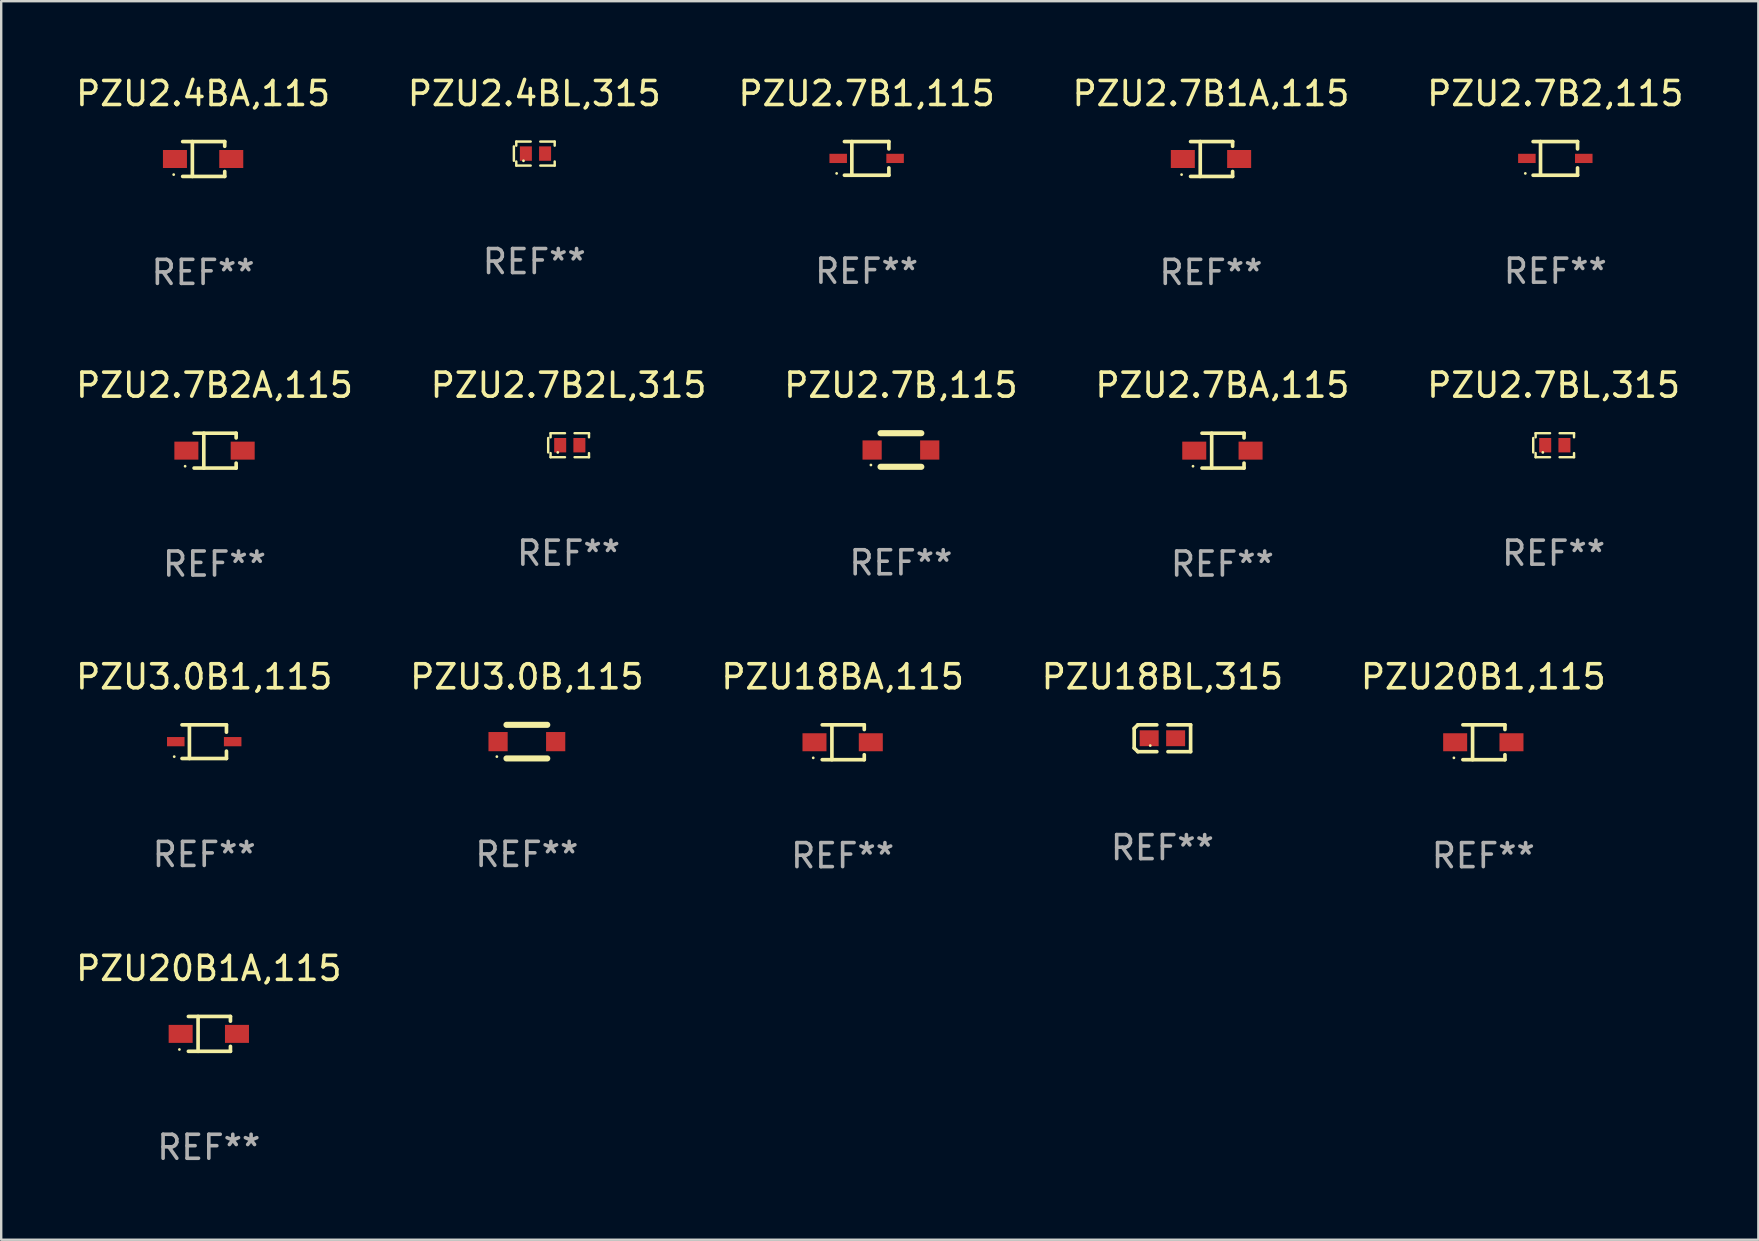
<source format=kicad_pcb>
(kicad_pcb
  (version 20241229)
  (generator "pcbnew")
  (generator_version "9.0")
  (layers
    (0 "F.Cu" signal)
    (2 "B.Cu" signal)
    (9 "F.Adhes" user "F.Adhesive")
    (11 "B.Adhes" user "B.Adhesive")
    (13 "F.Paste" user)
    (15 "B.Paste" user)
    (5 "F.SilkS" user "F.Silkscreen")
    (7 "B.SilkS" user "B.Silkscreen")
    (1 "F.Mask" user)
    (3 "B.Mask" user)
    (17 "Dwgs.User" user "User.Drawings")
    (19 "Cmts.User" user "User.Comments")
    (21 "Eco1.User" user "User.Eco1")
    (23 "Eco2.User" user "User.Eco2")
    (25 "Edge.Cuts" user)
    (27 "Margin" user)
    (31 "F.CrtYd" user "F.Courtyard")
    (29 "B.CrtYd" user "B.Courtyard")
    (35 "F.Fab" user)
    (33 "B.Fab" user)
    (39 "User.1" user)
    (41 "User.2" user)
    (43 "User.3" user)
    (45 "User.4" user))
  (footprint "PZU2.7B1,115"
    (layer "F.Cu")
    (at 33.054 3.549)
    (property "Reference" "PZU2.7B1,115" (at 0 -2.701 0) (layer "F.SilkS") (effects (font (size 1 1) (thickness 0.15))))
    (attr through_hole)
    (fp_line (start -0.926 -0.701) (end 0.926 -0.701) (stroke (width 0.152) (type solid)) (layer "F.SilkS"))
    (fp_line (start -0.926 0.701) (end 0.926 0.701) (stroke (width 0.152) (type solid)) (layer "F.SilkS"))
    (fp_line (start -0.617 -0.701) (end -0.617 0.701) (stroke (width 0.152) (type solid)) (layer "F.SilkS"))
    (fp_line (start 0.926 -0.701) (end 0.926 -0.396) (stroke (width 0.152) (type solid)) (layer "F.SilkS"))
    (fp_line (start 0.926 0.701) (end 0.926 0.396) (stroke (width 0.152) (type solid)) (layer "F.SilkS"))
    (fp_circle (center -1.25 0.625) (end -1.22 0.625) (stroke (width 0.06) (type solid)) (fill no) (layer "F.SilkS"))
    (fp_text user "REF**" (at 0 4.701 0) (layer "F.Fab") (effects (font (size 1 1) (thickness 0.15))))
    (pad "1" smd rect (at -1.185 0 180) (size 0.73 0.385) (layers "F.Cu" "F.Mask" "F.Paste"))
    (pad "2" smd rect (at 1.185 0 180) (size 0.73 0.385) (layers "F.Cu" "F.Mask" "F.Paste")))
  (footprint "PZU2.7B2A,115"
    (layer "F.Cu")
    (at 5.887 15.723)
    (property "Reference" "PZU2.7B2A,115" (at 0 -2.726 0) (layer "F.SilkS") (effects (font (size 1 1) (thickness 0.15))))
    (attr through_hole)
    (fp_line (start -0.851 -0.726) (end 0.901 -0.726) (stroke (width 0.152) (type solid)) (layer "F.SilkS"))
    (fp_line (start -0.851 0.726) (end 0.901 0.726) (stroke (width 0.152) (type solid)) (layer "F.SilkS"))
    (fp_line (start -0.447 -0.726) (end -0.447 0.726) (stroke (width 0.152) (type solid)) (layer "F.SilkS"))
    (fp_line (start 0.901 -0.726) (end 0.901 -0.53) (stroke (width 0.152) (type solid)) (layer "F.SilkS"))
    (fp_line (start 0.901 0.726) (end 0.901 0.52) (stroke (width 0.152) (type solid)) (layer "F.SilkS"))
    (fp_circle (center -1.225 0.65) (end -1.195 0.65) (stroke (width 0.06) (type solid)) (fill no) (layer "F.SilkS"))
    (fp_text user "REF**" (at 0 4.726 0) (layer "F.Fab") (effects (font (size 1 1) (thickness 0.15))))
    (pad "1" smd rect (at -1.173 0) (size 1 0.75) (layers "F.Cu" "F.Mask" "F.Paste"))
    (pad "2" smd rect (at 1.173 0) (size 1 0.75) (layers "F.Cu" "F.Mask" "F.Paste")))
  (footprint "PZU2.7B2,115"
    (layer "F.Cu")
    (at 61.744 3.549)
    (property "Reference" "PZU2.7B2,115" (at 0 -2.701 0) (layer "F.SilkS") (effects (font (size 1 1) (thickness 0.15))))
    (attr through_hole)
    (fp_line (start -0.926 -0.701) (end 0.926 -0.701) (stroke (width 0.152) (type solid)) (layer "F.SilkS"))
    (fp_line (start -0.926 0.701) (end 0.926 0.701) (stroke (width 0.152) (type solid)) (layer "F.SilkS"))
    (fp_line (start -0.617 -0.701) (end -0.617 0.701) (stroke (width 0.152) (type solid)) (layer "F.SilkS"))
    (fp_line (start 0.926 -0.701) (end 0.926 -0.396) (stroke (width 0.152) (type solid)) (layer "F.SilkS"))
    (fp_line (start 0.926 0.701) (end 0.926 0.396) (stroke (width 0.152) (type solid)) (layer "F.SilkS"))
    (fp_circle (center -1.25 0.625) (end -1.22 0.625) (stroke (width 0.06) (type solid)) (fill no) (layer "F.SilkS"))
    (fp_text user "REF**" (at 0 4.701 0) (layer "F.Fab") (effects (font (size 1 1) (thickness 0.15))))
    (pad "1" smd rect (at -1.185 0 180) (size 0.73 0.385) (layers "F.Cu" "F.Mask" "F.Paste"))
    (pad "2" smd rect (at 1.185 0 180) (size 0.73 0.385) (layers "F.Cu" "F.Mask" "F.Paste")))
  (footprint "PZU2.7B1A,115"
    (layer "F.Cu")
    (at 47.399 3.574)
    (property "Reference" "PZU2.7B1A,115" (at 0 -2.726 0) (layer "F.SilkS") (effects (font (size 1 1) (thickness 0.15))))
    (attr through_hole)
    (fp_line (start -0.851 -0.726) (end 0.901 -0.726) (stroke (width 0.152) (type solid)) (layer "F.SilkS"))
    (fp_line (start -0.851 0.726) (end 0.901 0.726) (stroke (width 0.152) (type solid)) (layer "F.SilkS"))
    (fp_line (start -0.447 -0.726) (end -0.447 0.726) (stroke (width 0.152) (type solid)) (layer "F.SilkS"))
    (fp_line (start 0.901 -0.726) (end 0.901 -0.53) (stroke (width 0.152) (type solid)) (layer "F.SilkS"))
    (fp_line (start 0.901 0.726) (end 0.901 0.52) (stroke (width 0.152) (type solid)) (layer "F.SilkS"))
    (fp_circle (center -1.225 0.65) (end -1.195 0.65) (stroke (width 0.06) (type solid)) (fill no) (layer "F.SilkS"))
    (fp_text user "REF**" (at 0 4.726 0) (layer "F.Fab") (effects (font (size 1 1) (thickness 0.15))))
    (pad "1" smd rect (at -1.173 0) (size 1 0.75) (layers "F.Cu" "F.Mask" "F.Paste"))
    (pad "2" smd rect (at 1.173 0) (size 1 0.75) (layers "F.Cu" "F.Mask" "F.Paste")))
  (footprint "PZU20B1A,115"
    (layer "F.Cu")
    (at 5.649 40.021)
    (property "Reference" "PZU20B1A,115" (at 0 -2.726 0) (layer "F.SilkS") (effects (font (size 1 1) (thickness 0.15))))
    (attr through_hole)
    (fp_line (start -0.851 -0.726) (end 0.901 -0.726) (stroke (width 0.152) (type solid)) (layer "F.SilkS"))
    (fp_line (start -0.851 0.726) (end 0.901 0.726) (stroke (width 0.152) (type solid)) (layer "F.SilkS"))
    (fp_line (start -0.447 -0.726) (end -0.447 0.726) (stroke (width 0.152) (type solid)) (layer "F.SilkS"))
    (fp_line (start 0.901 -0.726) (end 0.901 -0.53) (stroke (width 0.152) (type solid)) (layer "F.SilkS"))
    (fp_line (start 0.901 0.726) (end 0.901 0.52) (stroke (width 0.152) (type solid)) (layer "F.SilkS"))
    (fp_circle (center -1.225 0.65) (end -1.195 0.65) (stroke (width 0.06) (type solid)) (fill no) (layer "F.SilkS"))
    (fp_text user "REF**" (at 0 4.726 0) (layer "F.Fab") (effects (font (size 1 1) (thickness 0.15))))
    (pad "1" smd rect (at -1.173 0) (size 1 0.75) (layers "F.Cu" "F.Mask" "F.Paste"))
    (pad "2" smd rect (at 1.173 0) (size 1 0.75) (layers "F.Cu" "F.Mask" "F.Paste")))
  (footprint "PZU2.7BL,315"
    (layer "F.Cu")
    (at 61.673 15.497)
    (property "Reference" "PZU2.7BL,315" (at 0 -2.5 0) (layer "F.SilkS") (effects (font (size 1 1) (thickness 0.15))))
    (attr through_hole)
    (fp_line (start -0.85 -0.3) (end -0.85 0.3) (stroke (width 0.102) (type solid)) (layer "F.SilkS"))
    (fp_line (start -0.75 -0.5) (end -0.75 -0.329) (stroke (width 0.102) (type solid)) (layer "F.SilkS"))
    (fp_line (start -0.75 0.329) (end -0.75 0.5) (stroke (width 0.102) (type solid)) (layer "F.SilkS"))
    (fp_line (start -0.75 0.5) (end -0.15 0.5) (stroke (width 0.102) (type solid)) (layer "F.SilkS"))
    (fp_line (start -0.15 -0.5) (end -0.75 -0.5) (stroke (width 0.102) (type solid)) (layer "F.SilkS"))
    (fp_line (start 0.25 -0.5) (end 0.85 -0.5) (stroke (width 0.102) (type solid)) (layer "F.SilkS"))
    (fp_line (start 0.85 -0.5) (end 0.85 -0.33) (stroke (width 0.102) (type solid)) (layer "F.SilkS"))
    (fp_line (start 0.85 0.33) (end 0.85 0.5) (stroke (width 0.102) (type solid)) (layer "F.SilkS"))
    (fp_line (start 0.85 0.5) (end 0.25 0.5) (stroke (width 0.102) (type solid)) (layer "F.SilkS"))
    (fp_circle (center -0.45 0.3) (end -0.42 0.3) (stroke (width 0.06) (type solid)) (fill no) (layer "F.SilkS"))
    (fp_text user "REF**" (at 0 4.5 0) (layer "F.Fab") (effects (font (size 1 1) (thickness 0.15))))
    (pad "1" smd rect (at -0.35 0) (size 0.5 0.6) (layers "F.Cu" "F.Mask" "F.Paste"))
    (pad "2" smd rect (at 0.45 0) (size 0.5 0.6) (layers "F.Cu" "F.Mask" "F.Paste")))
  (footprint "PZU3.0B1,115"
    (layer "F.Cu")
    (at 5.458 27.847)
    (property "Reference" "PZU3.0B1,115" (at 0 -2.701 0) (layer "F.SilkS") (effects (font (size 1 1) (thickness 0.15))))
    (attr through_hole)
    (fp_line (start -0.926 -0.701) (end 0.926 -0.701) (stroke (width 0.152) (type solid)) (layer "F.SilkS"))
    (fp_line (start -0.926 0.701) (end 0.926 0.701) (stroke (width 0.152) (type solid)) (layer "F.SilkS"))
    (fp_line (start -0.617 -0.701) (end -0.617 0.701) (stroke (width 0.152) (type solid)) (layer "F.SilkS"))
    (fp_line (start 0.926 -0.701) (end 0.926 -0.396) (stroke (width 0.152) (type solid)) (layer "F.SilkS"))
    (fp_line (start 0.926 0.701) (end 0.926 0.396) (stroke (width 0.152) (type solid)) (layer "F.SilkS"))
    (fp_circle (center -1.25 0.625) (end -1.22 0.625) (stroke (width 0.06) (type solid)) (fill no) (layer "F.SilkS"))
    (fp_text user "REF**" (at 0 4.701 0) (layer "F.Fab") (effects (font (size 1 1) (thickness 0.15))))
    (pad "1" smd rect (at -1.185 0 180) (size 0.73 0.385) (layers "F.Cu" "F.Mask" "F.Paste"))
    (pad "2" smd rect (at 1.185 0 180) (size 0.73 0.385) (layers "F.Cu" "F.Mask" "F.Paste")))
  (footprint "PZU2.4BL,315"
    (layer "F.Cu")
    (at 19.208 3.348)
    (property "Reference" "PZU2.4BL,315" (at 0 -2.5 0) (layer "F.SilkS") (effects (font (size 1 1) (thickness 0.15))))
    (attr through_hole)
    (fp_line (start -0.85 -0.3) (end -0.85 0.3) (stroke (width 0.102) (type solid)) (layer "F.SilkS"))
    (fp_line (start -0.75 -0.5) (end -0.75 -0.329) (stroke (width 0.102) (type solid)) (layer "F.SilkS"))
    (fp_line (start -0.75 0.329) (end -0.75 0.5) (stroke (width 0.102) (type solid)) (layer "F.SilkS"))
    (fp_line (start -0.75 0.5) (end -0.15 0.5) (stroke (width 0.102) (type solid)) (layer "F.SilkS"))
    (fp_line (start -0.15 -0.5) (end -0.75 -0.5) (stroke (width 0.102) (type solid)) (layer "F.SilkS"))
    (fp_line (start 0.25 -0.5) (end 0.85 -0.5) (stroke (width 0.102) (type solid)) (layer "F.SilkS"))
    (fp_line (start 0.85 -0.5) (end 0.85 -0.33) (stroke (width 0.102) (type solid)) (layer "F.SilkS"))
    (fp_line (start 0.85 0.33) (end 0.85 0.5) (stroke (width 0.102) (type solid)) (layer "F.SilkS"))
    (fp_line (start 0.85 0.5) (end 0.25 0.5) (stroke (width 0.102) (type solid)) (layer "F.SilkS"))
    (fp_circle (center -0.45 0.3) (end -0.42 0.3) (stroke (width 0.06) (type solid)) (fill no) (layer "F.SilkS"))
    (fp_text user "REF**" (at 0 4.5 0) (layer "F.Fab") (effects (font (size 1 1) (thickness 0.15))))
    (pad "1" smd rect (at -0.35 0) (size 0.5 0.6) (layers "F.Cu" "F.Mask" "F.Paste"))
    (pad "2" smd rect (at 0.45 0) (size 0.5 0.6) (layers "F.Cu" "F.Mask" "F.Paste")))
  (footprint "PZU20B1,115"
    (layer "F.Cu")
    (at 58.744 27.872)
    (property "Reference" "PZU20B1,115" (at 0 -2.726 0) (layer "F.SilkS") (effects (font (size 1 1) (thickness 0.15))))
    (attr through_hole)
    (fp_line (start -0.851 -0.726) (end 0.901 -0.726) (stroke (width 0.152) (type solid)) (layer "F.SilkS"))
    (fp_line (start -0.851 0.726) (end 0.901 0.726) (stroke (width 0.152) (type solid)) (layer "F.SilkS"))
    (fp_line (start -0.447 -0.726) (end -0.447 0.726) (stroke (width 0.152) (type solid)) (layer "F.SilkS"))
    (fp_line (start 0.901 -0.726) (end 0.901 -0.53) (stroke (width 0.152) (type solid)) (layer "F.SilkS"))
    (fp_line (start 0.901 0.726) (end 0.901 0.52) (stroke (width 0.152) (type solid)) (layer "F.SilkS"))
    (fp_circle (center -1.225 0.65) (end -1.195 0.65) (stroke (width 0.06) (type solid)) (fill no) (layer "F.SilkS"))
    (fp_text user "REF**" (at 0 4.726 0) (layer "F.Fab") (effects (font (size 1 1) (thickness 0.15))))
    (pad "1" smd rect (at -1.173 0) (size 1 0.75) (layers "F.Cu" "F.Mask" "F.Paste"))
    (pad "2" smd rect (at 1.173 0) (size 1 0.75) (layers "F.Cu" "F.Mask" "F.Paste")))
  (footprint "PZU18BL,315"
    (layer "F.Cu")
    (at 45.375 27.705)
    (property "Reference" "PZU18BL,315" (at 0 -2.559 0) (layer "F.SilkS") (effects (font (size 1 1) (thickness 0.15))))
    (attr through_hole)
    (fp_line (start -1.175 -0.407) (end -1.023 -0.559) (stroke (width 0.152) (type solid)) (layer "F.SilkS"))
    (fp_line (start -1.175 0.407) (end -1.175 -0.407) (stroke (width 0.152) (type solid)) (layer "F.SilkS"))
    (fp_line (start -1.023 -0.559) (end -0.232 -0.559) (stroke (width 0.152) (type solid)) (layer "F.SilkS"))
    (fp_line (start -1.023 0.559) (end -1.175 0.407) (stroke (width 0.152) (type solid)) (layer "F.SilkS"))
    (fp_line (start -0.232 0.559) (end -1.023 0.559) (stroke (width 0.152) (type solid)) (layer "F.SilkS"))
    (fp_line (start 0.232 0.559) (end 1.175 0.559) (stroke (width 0.152) (type solid)) (layer "F.SilkS"))
    (fp_line (start 1.175 -0.559) (end 0.232 -0.559) (stroke (width 0.152) (type solid)) (layer "F.SilkS"))
    (fp_line (start 1.175 0.559) (end 1.175 -0.559) (stroke (width 0.152) (type solid)) (layer "F.SilkS"))
    (fp_circle (center -0.506 0.306) (end -0.476 0.306) (stroke (width 0.06) (type solid)) (fill no) (layer "F.SilkS"))
    (fp_text user "REF**" (at 0 4.559 0) (layer "F.Fab") (effects (font (size 1 1) (thickness 0.15))))
    (pad "1" smd rect (at -0.551 0) (size 0.79 0.661) (layers "F.Cu" "F.Mask" "F.Paste"))
    (pad "2" smd rect (at 0.551 0) (size 0.79 0.661) (layers "F.Cu" "F.Mask" "F.Paste")))
  (footprint "PZU2.7BA,115"
    (layer "F.Cu")
    (at 47.875 15.723)
    (property "Reference" "PZU2.7BA,115" (at 0 -2.726 0) (layer "F.SilkS") (effects (font (size 1 1) (thickness 0.15))))
    (attr through_hole)
    (fp_line (start -0.851 -0.726) (end 0.901 -0.726) (stroke (width 0.152) (type solid)) (layer "F.SilkS"))
    (fp_line (start -0.851 0.726) (end 0.901 0.726) (stroke (width 0.152) (type solid)) (layer "F.SilkS"))
    (fp_line (start -0.447 -0.726) (end -0.447 0.726) (stroke (width 0.152) (type solid)) (layer "F.SilkS"))
    (fp_line (start 0.901 -0.726) (end 0.901 -0.53) (stroke (width 0.152) (type solid)) (layer "F.SilkS"))
    (fp_line (start 0.901 0.726) (end 0.901 0.52) (stroke (width 0.152) (type solid)) (layer "F.SilkS"))
    (fp_circle (center -1.225 0.65) (end -1.195 0.65) (stroke (width 0.06) (type solid)) (fill no) (layer "F.SilkS"))
    (fp_text user "REF**" (at 0 4.726 0) (layer "F.Fab") (effects (font (size 1 1) (thickness 0.15))))
    (pad "1" smd rect (at -1.173 0) (size 1 0.75) (layers "F.Cu" "F.Mask" "F.Paste"))
    (pad "2" smd rect (at 1.173 0) (size 1 0.75) (layers "F.Cu" "F.Mask" "F.Paste")))
  (footprint "PZU2.7B,115"
    (layer "F.Cu")
    (at 34.482 15.697)
    (property "Reference" "PZU2.7B,115" (at 0 -2.7 0) (layer "F.SilkS") (effects (font (size 1 1) (thickness 0.15))))
    (attr through_hole)
    (fp_line (start -0.85 -0.7) (end 0.85 -0.7) (stroke (width 0.254) (type solid)) (layer "F.SilkS"))
    (fp_line (start -0.85 0.7) (end 0.85 0.7) (stroke (width 0.254) (type solid)) (layer "F.SilkS"))
    (fp_circle (center -1.25 0.625) (end -1.22 0.625) (stroke (width 0.06) (type solid)) (fill no) (layer "F.SilkS"))
    (fp_text user "REF**" (at 0 4.7 0) (layer "F.Fab") (effects (font (size 1 1) (thickness 0.15))))
    (pad "1" smd rect (at -1.2 0) (size 0.8 0.8) (layers "F.Cu" "F.Mask" "F.Paste"))
    (pad "2" smd rect (at 1.2 0) (size 0.8 0.8) (layers "F.Cu" "F.Mask" "F.Paste")))
  (footprint "PZU2.4BA,115"
    (layer "F.Cu")
    (at 5.411 3.574)
    (property "Reference" "PZU2.4BA,115" (at 0 -2.726 0) (layer "F.SilkS") (effects (font (size 1 1) (thickness 0.15))))
    (attr through_hole)
    (fp_line (start -0.851 -0.726) (end 0.901 -0.726) (stroke (width 0.152) (type solid)) (layer "F.SilkS"))
    (fp_line (start -0.851 0.726) (end 0.901 0.726) (stroke (width 0.152) (type solid)) (layer "F.SilkS"))
    (fp_line (start -0.447 -0.726) (end -0.447 0.726) (stroke (width 0.152) (type solid)) (layer "F.SilkS"))
    (fp_line (start 0.901 -0.726) (end 0.901 -0.53) (stroke (width 0.152) (type solid)) (layer "F.SilkS"))
    (fp_line (start 0.901 0.726) (end 0.901 0.52) (stroke (width 0.152) (type solid)) (layer "F.SilkS"))
    (fp_circle (center -1.225 0.65) (end -1.195 0.65) (stroke (width 0.06) (type solid)) (fill no) (layer "F.SilkS"))
    (fp_text user "REF**" (at 0 4.726 0) (layer "F.Fab") (effects (font (size 1 1) (thickness 0.15))))
    (pad "1" smd rect (at -1.173 0) (size 1 0.75) (layers "F.Cu" "F.Mask" "F.Paste"))
    (pad "2" smd rect (at 1.173 0) (size 1 0.75) (layers "F.Cu" "F.Mask" "F.Paste")))
  (footprint "PZU2.7B2L,315"
    (layer "F.Cu")
    (at 20.637 15.497)
    (property "Reference" "PZU2.7B2L,315" (at 0 -2.5 0) (layer "F.SilkS") (effects (font (size 1 1) (thickness 0.15))))
    (attr through_hole)
    (fp_line (start -0.85 -0.3) (end -0.85 0.3) (stroke (width 0.102) (type solid)) (layer "F.SilkS"))
    (fp_line (start -0.75 -0.5) (end -0.75 -0.329) (stroke (width 0.102) (type solid)) (layer "F.SilkS"))
    (fp_line (start -0.75 0.329) (end -0.75 0.5) (stroke (width 0.102) (type solid)) (layer "F.SilkS"))
    (fp_line (start -0.75 0.5) (end -0.15 0.5) (stroke (width 0.102) (type solid)) (layer "F.SilkS"))
    (fp_line (start -0.15 -0.5) (end -0.75 -0.5) (stroke (width 0.102) (type solid)) (layer "F.SilkS"))
    (fp_line (start 0.25 -0.5) (end 0.85 -0.5) (stroke (width 0.102) (type solid)) (layer "F.SilkS"))
    (fp_line (start 0.85 -0.5) (end 0.85 -0.33) (stroke (width 0.102) (type solid)) (layer "F.SilkS"))
    (fp_line (start 0.85 0.33) (end 0.85 0.5) (stroke (width 0.102) (type solid)) (layer "F.SilkS"))
    (fp_line (start 0.85 0.5) (end 0.25 0.5) (stroke (width 0.102) (type solid)) (layer "F.SilkS"))
    (fp_circle (center -0.45 0.3) (end -0.42 0.3) (stroke (width 0.06) (type solid)) (fill no) (layer "F.SilkS"))
    (fp_text user "REF**" (at 0 4.5 0) (layer "F.Fab") (effects (font (size 1 1) (thickness 0.15))))
    (pad "1" smd rect (at -0.35 0) (size 0.5 0.6) (layers "F.Cu" "F.Mask" "F.Paste"))
    (pad "2" smd rect (at 0.45 0) (size 0.5 0.6) (layers "F.Cu" "F.Mask" "F.Paste")))
  (footprint "PZU18BA,115"
    (layer "F.Cu")
    (at 32.054 27.872)
    (property "Reference" "PZU18BA,115" (at 0 -2.726 0) (layer "F.SilkS") (effects (font (size 1 1) (thickness 0.15))))
    (attr through_hole)
    (fp_line (start -0.851 -0.726) (end 0.901 -0.726) (stroke (width 0.152) (type solid)) (layer "F.SilkS"))
    (fp_line (start -0.851 0.726) (end 0.901 0.726) (stroke (width 0.152) (type solid)) (layer "F.SilkS"))
    (fp_line (start -0.447 -0.726) (end -0.447 0.726) (stroke (width 0.152) (type solid)) (layer "F.SilkS"))
    (fp_line (start 0.901 -0.726) (end 0.901 -0.53) (stroke (width 0.152) (type solid)) (layer "F.SilkS"))
    (fp_line (start 0.901 0.726) (end 0.901 0.52) (stroke (width 0.152) (type solid)) (layer "F.SilkS"))
    (fp_circle (center -1.225 0.65) (end -1.195 0.65) (stroke (width 0.06) (type solid)) (fill no) (layer "F.SilkS"))
    (fp_text user "REF**" (at 0 4.726 0) (layer "F.Fab") (effects (font (size 1 1) (thickness 0.15))))
    (pad "1" smd rect (at -1.173 0) (size 1 0.75) (layers "F.Cu" "F.Mask" "F.Paste"))
    (pad "2" smd rect (at 1.173 0) (size 1 0.75) (layers "F.Cu" "F.Mask" "F.Paste")))
  (footprint "PZU3.0B,115"
    (layer "F.Cu")
    (at 18.899 27.846)
    (property "Reference" "PZU3.0B,115" (at 0 -2.7 0) (layer "F.SilkS") (effects (font (size 1 1) (thickness 0.15))))
    (attr through_hole)
    (fp_line (start -0.85 -0.7) (end 0.85 -0.7) (stroke (width 0.254) (type solid)) (layer "F.SilkS"))
    (fp_line (start -0.85 0.7) (end 0.85 0.7) (stroke (width 0.254) (type solid)) (layer "F.SilkS"))
    (fp_circle (center -1.25 0.625) (end -1.22 0.625) (stroke (width 0.06) (type solid)) (fill no) (layer "F.SilkS"))
    (fp_text user "REF**" (at 0 4.7 0) (layer "F.Fab") (effects (font (size 1 1) (thickness 0.15))))
    (pad "1" smd rect (at -1.2 0) (size 0.8 0.8) (layers "F.Cu" "F.Mask" "F.Paste"))
    (pad "2" smd rect (at 1.2 0) (size 0.8 0.8) (layers "F.Cu" "F.Mask" "F.Paste")))
  (gr_rect
    (start -3 -3)
    (end 70.202 48.596)
    (stroke (width 0.1) (type default))
    (fill no)
    (layer "Edge.Cuts")))
</source>
